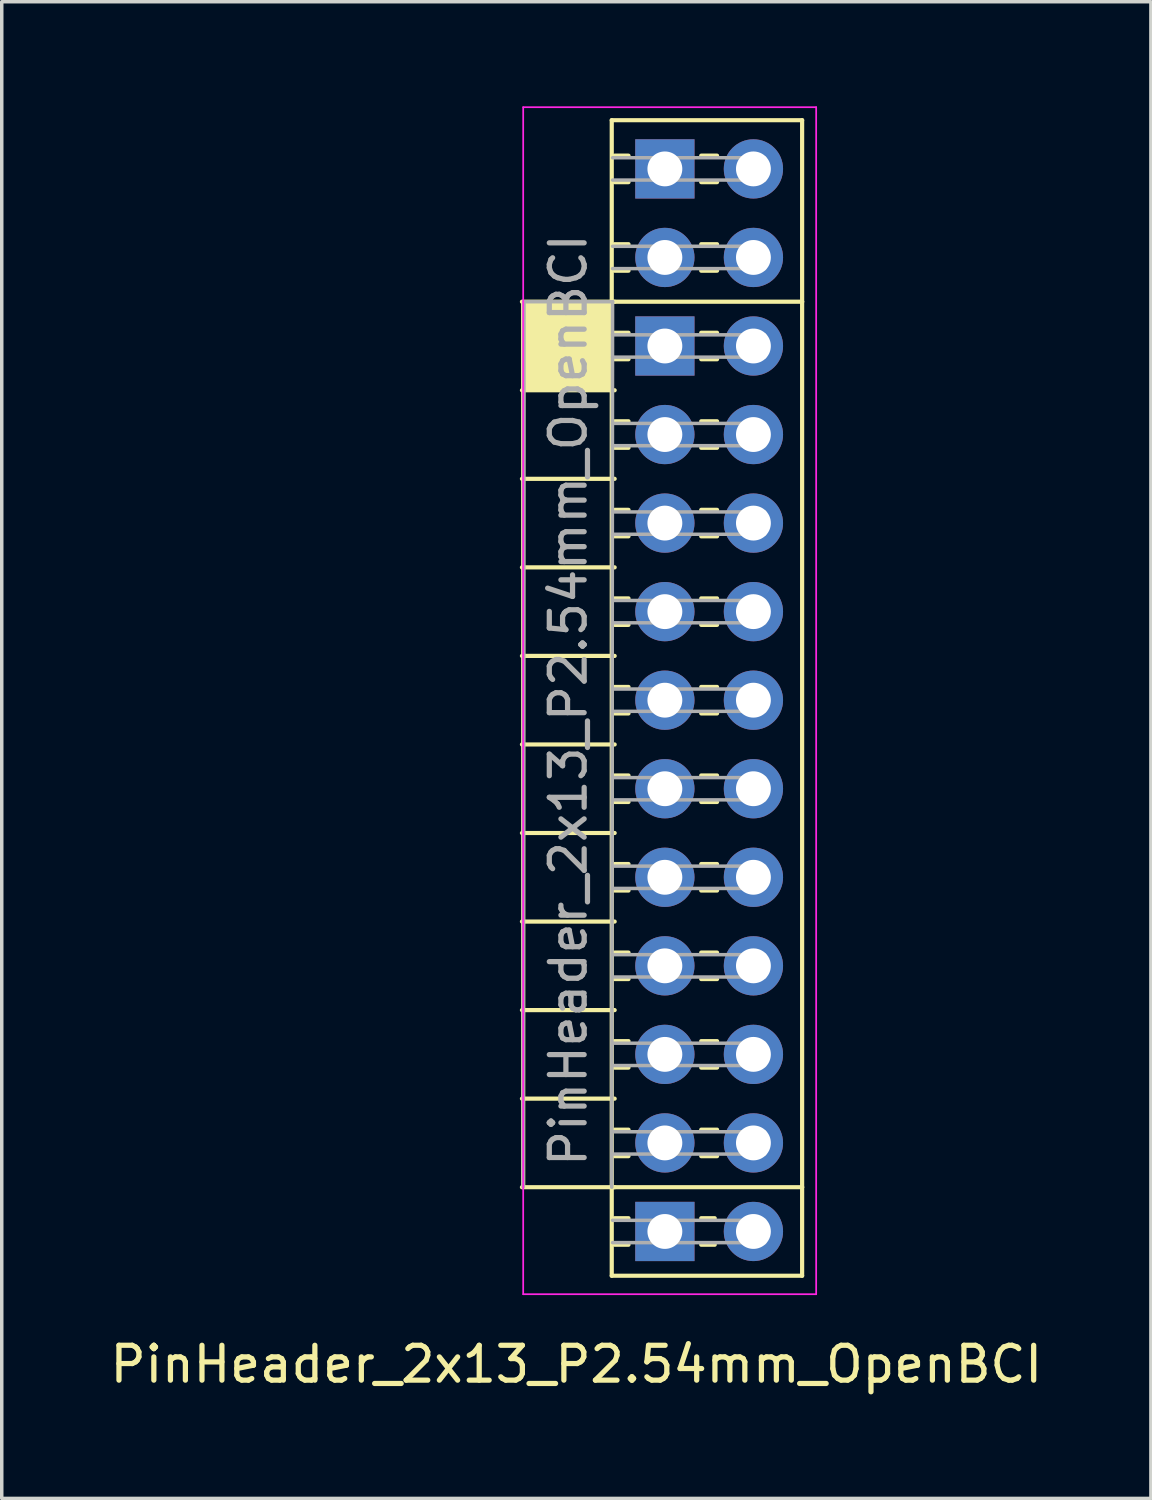
<source format=kicad_pcb>
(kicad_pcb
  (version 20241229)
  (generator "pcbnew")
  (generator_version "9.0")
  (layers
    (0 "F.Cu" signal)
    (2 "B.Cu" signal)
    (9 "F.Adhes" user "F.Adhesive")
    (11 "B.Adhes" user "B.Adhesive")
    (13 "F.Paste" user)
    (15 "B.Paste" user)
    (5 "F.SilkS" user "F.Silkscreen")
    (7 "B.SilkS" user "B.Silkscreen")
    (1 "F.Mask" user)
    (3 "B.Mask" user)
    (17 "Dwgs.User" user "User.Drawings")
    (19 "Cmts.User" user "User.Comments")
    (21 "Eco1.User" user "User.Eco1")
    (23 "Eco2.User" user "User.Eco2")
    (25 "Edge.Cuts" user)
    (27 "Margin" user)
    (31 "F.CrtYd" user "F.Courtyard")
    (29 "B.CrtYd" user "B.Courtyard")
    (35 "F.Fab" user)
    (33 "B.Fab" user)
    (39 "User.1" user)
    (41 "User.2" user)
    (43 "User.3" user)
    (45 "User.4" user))
  (footprint "PinHeader_2x13_P2.54mm_OpenBCI"
    (layer "F.Cu")
    (at 14.752 20.845)
    (property "Reference" "PinHeader_2x13_P2.54mm_OpenBCI" (at -1.27 15.24 0) (layer "F.SilkS") (effects (font (size 1 1) (thickness 0.15))))
    (attr through_hole)
    (fp_line (start -2.794 -15.24) (end -2.794 10.16) (stroke (width 0.12) (type solid)) (layer "F.SilkS"))
    (fp_line (start -0.254 -20.447) (end 5.207 -20.447) (stroke (width 0.12) (type solid)) (layer "F.SilkS"))
    (fp_line (start -0.254 -15.24) (end -0.254 -20.447) (stroke (width 0.12) (type solid)) (layer "F.SilkS"))
    (fp_line (start -0.254 10.16) (end -0.254 -15.24) (stroke (width 0.12) (type solid)) (layer "F.SilkS"))
    (fp_line (start -0.254 10.16) (end -0.254 12.7) (stroke (width 0.12) (type solid)) (layer "F.SilkS"))
    (fp_line (start -0.17 -15.24) (end -2.83 -15.24) (stroke (width 0.12) (type solid)) (layer "F.SilkS"))
    (fp_line (start -0.17 -12.7) (end -2.83 -12.7) (stroke (width 0.12) (type solid)) (layer "F.SilkS"))
    (fp_line (start -0.17 -10.16) (end -2.83 -10.16) (stroke (width 0.12) (type solid)) (layer "F.SilkS"))
    (fp_line (start -0.17 -7.62) (end -2.83 -7.62) (stroke (width 0.12) (type solid)) (layer "F.SilkS"))
    (fp_line (start -0.17 -5.08) (end -2.83 -5.08) (stroke (width 0.12) (type solid)) (layer "F.SilkS"))
    (fp_line (start -0.17 -2.54) (end -2.83 -2.54) (stroke (width 0.12) (type solid)) (layer "F.SilkS"))
    (fp_line (start -0.17 0) (end -2.83 0) (stroke (width 0.12) (type solid)) (layer "F.SilkS"))
    (fp_line (start -0.17 2.54) (end -2.83 2.54) (stroke (width 0.12) (type solid)) (layer "F.SilkS"))
    (fp_line (start -0.17 5.08) (end -2.83 5.08) (stroke (width 0.12) (type solid)) (layer "F.SilkS"))
    (fp_line (start -0.17 7.62) (end -2.83 7.62) (stroke (width 0.12) (type solid)) (layer "F.SilkS"))
    (fp_line (start -0.17 10.16) (end -2.83 10.16) (stroke (width 0.12) (type solid)) (layer "F.SilkS"))
    (fp_line (start 0.227 -19.43) (end -0.17 -19.43) (stroke (width 0.12) (type solid)) (layer "F.SilkS"))
    (fp_line (start 0.227 -18.67) (end -0.17 -18.67) (stroke (width 0.12) (type solid)) (layer "F.SilkS"))
    (fp_line (start 0.227 -16.89) (end -0.17 -16.89) (stroke (width 0.12) (type solid)) (layer "F.SilkS"))
    (fp_line (start 0.227 -16.13) (end -0.17 -16.13) (stroke (width 0.12) (type solid)) (layer "F.SilkS"))
    (fp_line (start 0.227 -14.35) (end -0.17 -14.35) (stroke (width 0.12) (type solid)) (layer "F.SilkS"))
    (fp_line (start 0.227 -13.59) (end -0.17 -13.59) (stroke (width 0.12) (type solid)) (layer "F.SilkS"))
    (fp_line (start 0.227 -11.81) (end -0.17 -11.81) (stroke (width 0.12) (type solid)) (layer "F.SilkS"))
    (fp_line (start 0.227 -11.05) (end -0.17 -11.05) (stroke (width 0.12) (type solid)) (layer "F.SilkS"))
    (fp_line (start 0.227 -9.27) (end -0.17 -9.27) (stroke (width 0.12) (type solid)) (layer "F.SilkS"))
    (fp_line (start 0.227 -8.51) (end -0.17 -8.51) (stroke (width 0.12) (type solid)) (layer "F.SilkS"))
    (fp_line (start 0.227 -6.73) (end -0.17 -6.73) (stroke (width 0.12) (type solid)) (layer "F.SilkS"))
    (fp_line (start 0.227 -5.97) (end -0.17 -5.97) (stroke (width 0.12) (type solid)) (layer "F.SilkS"))
    (fp_line (start 0.227 -4.19) (end -0.17 -4.19) (stroke (width 0.12) (type solid)) (layer "F.SilkS"))
    (fp_line (start 0.227 -3.43) (end -0.17 -3.43) (stroke (width 0.12) (type solid)) (layer "F.SilkS"))
    (fp_line (start 0.227 -1.65) (end -0.17 -1.65) (stroke (width 0.12) (type solid)) (layer "F.SilkS"))
    (fp_line (start 0.227 -0.89) (end -0.17 -0.89) (stroke (width 0.12) (type solid)) (layer "F.SilkS"))
    (fp_line (start 0.227 0.89) (end -0.17 0.89) (stroke (width 0.12) (type solid)) (layer "F.SilkS"))
    (fp_line (start 0.227 1.65) (end -0.17 1.65) (stroke (width 0.12) (type solid)) (layer "F.SilkS"))
    (fp_line (start 0.227 3.43) (end -0.17 3.43) (stroke (width 0.12) (type solid)) (layer "F.SilkS"))
    (fp_line (start 0.227 4.19) (end -0.17 4.19) (stroke (width 0.12) (type solid)) (layer "F.SilkS"))
    (fp_line (start 0.227 5.97) (end -0.17 5.97) (stroke (width 0.12) (type solid)) (layer "F.SilkS"))
    (fp_line (start 0.227 6.73) (end -0.17 6.73) (stroke (width 0.12) (type solid)) (layer "F.SilkS"))
    (fp_line (start 0.227 8.51) (end -0.17 8.51) (stroke (width 0.12) (type solid)) (layer "F.SilkS"))
    (fp_line (start 0.227 9.27) (end -0.17 9.27) (stroke (width 0.12) (type solid)) (layer "F.SilkS"))
    (fp_line (start 0.227 11.05) (end -0.17 11.05) (stroke (width 0.12) (type solid)) (layer "F.SilkS"))
    (fp_line (start 0.227 11.81) (end -0.17 11.81) (stroke (width 0.12) (type solid)) (layer "F.SilkS"))
    (fp_line (start 2.7 11.05) (end 2.313 11.05) (stroke (width 0.12) (type solid)) (layer "F.SilkS"))
    (fp_line (start 2.7 11.81) (end 2.313 11.81) (stroke (width 0.12) (type solid)) (layer "F.SilkS"))
    (fp_line (start 2.767 -19.43) (end 2.313 -19.43) (stroke (width 0.12) (type solid)) (layer "F.SilkS"))
    (fp_line (start 2.767 -18.67) (end 2.313 -18.67) (stroke (width 0.12) (type solid)) (layer "F.SilkS"))
    (fp_line (start 2.767 -16.89) (end 2.313 -16.89) (stroke (width 0.12) (type solid)) (layer "F.SilkS"))
    (fp_line (start 2.767 -16.13) (end 2.313 -16.13) (stroke (width 0.12) (type solid)) (layer "F.SilkS"))
    (fp_line (start 2.767 -14.35) (end 2.313 -14.35) (stroke (width 0.12) (type solid)) (layer "F.SilkS"))
    (fp_line (start 2.767 -13.59) (end 2.313 -13.59) (stroke (width 0.12) (type solid)) (layer "F.SilkS"))
    (fp_line (start 2.767 -11.81) (end 2.313 -11.81) (stroke (width 0.12) (type solid)) (layer "F.SilkS"))
    (fp_line (start 2.767 -11.05) (end 2.313 -11.05) (stroke (width 0.12) (type solid)) (layer "F.SilkS"))
    (fp_line (start 2.767 -9.27) (end 2.313 -9.27) (stroke (width 0.12) (type solid)) (layer "F.SilkS"))
    (fp_line (start 2.767 -8.51) (end 2.313 -8.51) (stroke (width 0.12) (type solid)) (layer "F.SilkS"))
    (fp_line (start 2.767 -6.73) (end 2.313 -6.73) (stroke (width 0.12) (type solid)) (layer "F.SilkS"))
    (fp_line (start 2.767 -5.97) (end 2.313 -5.97) (stroke (width 0.12) (type solid)) (layer "F.SilkS"))
    (fp_line (start 2.767 -4.19) (end 2.313 -4.19) (stroke (width 0.12) (type solid)) (layer "F.SilkS"))
    (fp_line (start 2.767 -3.43) (end 2.313 -3.43) (stroke (width 0.12) (type solid)) (layer "F.SilkS"))
    (fp_line (start 2.767 -1.65) (end 2.313 -1.65) (stroke (width 0.12) (type solid)) (layer "F.SilkS"))
    (fp_line (start 2.767 -0.89) (end 2.313 -0.89) (stroke (width 0.12) (type solid)) (layer "F.SilkS"))
    (fp_line (start 2.767 0.89) (end 2.313 0.89) (stroke (width 0.12) (type solid)) (layer "F.SilkS"))
    (fp_line (start 2.767 1.65) (end 2.313 1.65) (stroke (width 0.12) (type solid)) (layer "F.SilkS"))
    (fp_line (start 2.767 3.43) (end 2.313 3.43) (stroke (width 0.12) (type solid)) (layer "F.SilkS"))
    (fp_line (start 2.767 4.19) (end 2.313 4.19) (stroke (width 0.12) (type solid)) (layer "F.SilkS"))
    (fp_line (start 2.767 5.97) (end 2.313 5.97) (stroke (width 0.12) (type solid)) (layer "F.SilkS"))
    (fp_line (start 2.767 6.73) (end 2.313 6.73) (stroke (width 0.12) (type solid)) (layer "F.SilkS"))
    (fp_line (start 2.767 8.51) (end 2.313 8.51) (stroke (width 0.12) (type solid)) (layer "F.SilkS"))
    (fp_line (start 2.767 9.27) (end 2.313 9.27) (stroke (width 0.12) (type solid)) (layer "F.SilkS"))
    (fp_line (start 5.207 -20.447) (end 5.207 -15.24) (stroke (width 0.12) (type solid)) (layer "F.SilkS"))
    (fp_line (start 5.207 -15.24) (end -0.17 -15.24) (stroke (width 0.12) (type solid)) (layer "F.SilkS"))
    (fp_line (start 5.207 -15.24) (end 5.207 10.16) (stroke (width 0.12) (type solid)) (layer "F.SilkS"))
    (fp_line (start 5.207 10.16) (end -0.254 10.16) (stroke (width 0.12) (type solid)) (layer "F.SilkS"))
    (fp_line (start 5.207 10.16) (end 5.207 12.7) (stroke (width 0.12) (type solid)) (layer "F.SilkS"))
    (fp_line (start 5.207 12.7) (end -0.254 12.7) (stroke (width 0.12) (type solid)) (layer "F.SilkS"))
    (fp_poly (pts (xy -0.254 -12.7) (xy -2.794 -12.7) (xy -2.794 -15.177) (xy -0.254 -15.177)) (stroke (width 0.1) (type solid)) (fill yes) (layer "F.SilkS"))
    (fp_line (start -2.794 -20.82) (end -2.794 13.23) (stroke (width 0.05) (type solid)) (layer "F.CrtYd"))
    (fp_line (start -2.794 13.23) (end 5.61 13.23) (stroke (width 0.05) (type solid)) (layer "F.CrtYd"))
    (fp_line (start 5.61 -20.82) (end -2.794 -20.82) (stroke (width 0.05) (type solid)) (layer "F.CrtYd"))
    (fp_line (start 5.61 13.23) (end 5.61 -20.82) (stroke (width 0.05) (type solid)) (layer "F.CrtYd"))
    (fp_line (start -2.794 10.16) (end -2.77 -15.24) (stroke (width 0.1) (type solid)) (layer "F.Fab"))
    (fp_line (start -2.77 -15.24) (end -0.23 -15.24) (stroke (width 0.1) (type solid)) (layer "F.Fab"))
    (fp_line (start -0.23 -15.24) (end -0.254 10.16) (stroke (width 0.1) (type solid)) (layer "F.Fab"))
    (fp_line (start 4.13 -19.37) (end -0.23 -19.37) (stroke (width 0.1) (type solid)) (layer "F.Fab"))
    (fp_line (start 4.13 -18.73) (end -0.23 -18.73) (stroke (width 0.1) (type solid)) (layer "F.Fab"))
    (fp_line (start 4.13 -18.73) (end 4.13 -19.37) (stroke (width 0.1) (type solid)) (layer "F.Fab"))
    (fp_line (start 4.13 -16.83) (end -0.23 -16.83) (stroke (width 0.1) (type solid)) (layer "F.Fab"))
    (fp_line (start 4.13 -16.19) (end -0.23 -16.19) (stroke (width 0.1) (type solid)) (layer "F.Fab"))
    (fp_line (start 4.13 -16.19) (end 4.13 -16.83) (stroke (width 0.1) (type solid)) (layer "F.Fab"))
    (fp_line (start 4.13 -14.29) (end -0.23 -14.29) (stroke (width 0.1) (type solid)) (layer "F.Fab"))
    (fp_line (start 4.13 -13.65) (end -0.23 -13.65) (stroke (width 0.1) (type solid)) (layer "F.Fab"))
    (fp_line (start 4.13 -13.65) (end 4.13 -14.29) (stroke (width 0.1) (type solid)) (layer "F.Fab"))
    (fp_line (start 4.13 -11.75) (end -0.23 -11.75) (stroke (width 0.1) (type solid)) (layer "F.Fab"))
    (fp_line (start 4.13 -11.11) (end -0.23 -11.11) (stroke (width 0.1) (type solid)) (layer "F.Fab"))
    (fp_line (start 4.13 -11.11) (end 4.13 -11.75) (stroke (width 0.1) (type solid)) (layer "F.Fab"))
    (fp_line (start 4.13 -9.21) (end -0.23 -9.21) (stroke (width 0.1) (type solid)) (layer "F.Fab"))
    (fp_line (start 4.13 -8.57) (end -0.23 -8.57) (stroke (width 0.1) (type solid)) (layer "F.Fab"))
    (fp_line (start 4.13 -8.57) (end 4.13 -9.21) (stroke (width 0.1) (type solid)) (layer "F.Fab"))
    (fp_line (start 4.13 -6.67) (end -0.23 -6.67) (stroke (width 0.1) (type solid)) (layer "F.Fab"))
    (fp_line (start 4.13 -6.03) (end -0.23 -6.03) (stroke (width 0.1) (type solid)) (layer "F.Fab"))
    (fp_line (start 4.13 -6.03) (end 4.13 -6.67) (stroke (width 0.1) (type solid)) (layer "F.Fab"))
    (fp_line (start 4.13 -4.13) (end -0.23 -4.13) (stroke (width 0.1) (type solid)) (layer "F.Fab"))
    (fp_line (start 4.13 -3.49) (end -0.23 -3.49) (stroke (width 0.1) (type solid)) (layer "F.Fab"))
    (fp_line (start 4.13 -3.49) (end 4.13 -4.13) (stroke (width 0.1) (type solid)) (layer "F.Fab"))
    (fp_line (start 4.13 -1.59) (end -0.23 -1.59) (stroke (width 0.1) (type solid)) (layer "F.Fab"))
    (fp_line (start 4.13 -0.95) (end -0.23 -0.95) (stroke (width 0.1) (type solid)) (layer "F.Fab"))
    (fp_line (start 4.13 -0.95) (end 4.13 -1.59) (stroke (width 0.1) (type solid)) (layer "F.Fab"))
    (fp_line (start 4.13 0.95) (end -0.23 0.95) (stroke (width 0.1) (type solid)) (layer "F.Fab"))
    (fp_line (start 4.13 1.59) (end -0.23 1.59) (stroke (width 0.1) (type solid)) (layer "F.Fab"))
    (fp_line (start 4.13 1.59) (end 4.13 0.95) (stroke (width 0.1) (type solid)) (layer "F.Fab"))
    (fp_line (start 4.13 3.49) (end -0.23 3.49) (stroke (width 0.1) (type solid)) (layer "F.Fab"))
    (fp_line (start 4.13 4.13) (end -0.23 4.13) (stroke (width 0.1) (type solid)) (layer "F.Fab"))
    (fp_line (start 4.13 4.13) (end 4.13 3.49) (stroke (width 0.1) (type solid)) (layer "F.Fab"))
    (fp_line (start 4.13 6.03) (end -0.23 6.03) (stroke (width 0.1) (type solid)) (layer "F.Fab"))
    (fp_line (start 4.13 6.67) (end -0.23 6.67) (stroke (width 0.1) (type solid)) (layer "F.Fab"))
    (fp_line (start 4.13 6.67) (end 4.13 6.03) (stroke (width 0.1) (type solid)) (layer "F.Fab"))
    (fp_line (start 4.13 8.57) (end -0.23 8.57) (stroke (width 0.1) (type solid)) (layer "F.Fab"))
    (fp_line (start 4.13 9.21) (end -0.23 9.21) (stroke (width 0.1) (type solid)) (layer "F.Fab"))
    (fp_line (start 4.13 9.21) (end 4.13 8.57) (stroke (width 0.1) (type solid)) (layer "F.Fab"))
    (fp_line (start 4.13 11.11) (end -0.23 11.11) (stroke (width 0.1) (type solid)) (layer "F.Fab"))
    (fp_line (start 4.13 11.75) (end -0.23 11.75) (stroke (width 0.1) (type solid)) (layer "F.Fab"))
    (fp_line (start 4.13 11.75) (end 4.13 11.11) (stroke (width 0.1) (type solid)) (layer "F.Fab"))
    (fp_text user "${REFERENCE}" (at -1.5 -3.81 270) (layer "F.Fab") (effects (font (size 1 1) (thickness 0.15))))
    (pad "1" thru_hole rect (at 1.27 -19.05 180) (size 1.7 1.7) (drill 1) (layers "*.Cu" "*.Mask"))
    (pad "2" thru_hole oval (at 3.81 -19.05 180) (size 1.7 1.7) (drill 1) (layers "*.Cu" "*.Mask"))
    (pad "3" thru_hole oval (at 1.27 -16.51 180) (size 1.7 1.7) (drill 1) (layers "*.Cu" "*.Mask"))
    (pad "4" thru_hole oval (at 3.81 -16.51 180) (size 1.7 1.7) (drill 1) (layers "*.Cu" "*.Mask"))
    (pad "5" thru_hole rect (at 1.27 -13.97 180) (size 1.7 1.7) (drill 1) (layers "*.Cu" "*.Mask"))
    (pad "6" thru_hole oval (at 3.81 -13.97 180) (size 1.7 1.7) (drill 1) (layers "*.Cu" "*.Mask"))
    (pad "7" thru_hole oval (at 1.27 -11.43 180) (size 1.7 1.7) (drill 1) (layers "*.Cu" "*.Mask"))
    (pad "8" thru_hole oval (at 3.81 -11.43 180) (size 1.7 1.7) (drill 1) (layers "*.Cu" "*.Mask"))
    (pad "9" thru_hole oval (at 1.27 -8.89 180) (size 1.7 1.7) (drill 1) (layers "*.Cu" "*.Mask"))
    (pad "10" thru_hole oval (at 3.81 -8.89 180) (size 1.7 1.7) (drill 1) (layers "*.Cu" "*.Mask"))
    (pad "11" thru_hole oval (at 1.27 -6.35 180) (size 1.7 1.7) (drill 1) (layers "*.Cu" "*.Mask"))
    (pad "12" thru_hole oval (at 3.81 -6.35 180) (size 1.7 1.7) (drill 1) (layers "*.Cu" "*.Mask"))
    (pad "13" thru_hole oval (at 1.27 -3.81 180) (size 1.7 1.7) (drill 1) (layers "*.Cu" "*.Mask"))
    (pad "14" thru_hole oval (at 3.81 -3.81 180) (size 1.7 1.7) (drill 1) (layers "*.Cu" "*.Mask"))
    (pad "15" thru_hole oval (at 1.27 -1.27 180) (size 1.7 1.7) (drill 1) (layers "*.Cu" "*.Mask"))
    (pad "16" thru_hole oval (at 3.81 -1.27 180) (size 1.7 1.7) (drill 1) (layers "*.Cu" "*.Mask"))
    (pad "17" thru_hole oval (at 1.27 1.27 180) (size 1.7 1.7) (drill 1) (layers "*.Cu" "*.Mask"))
    (pad "18" thru_hole oval (at 3.81 1.27 180) (size 1.7 1.7) (drill 1) (layers "*.Cu" "*.Mask"))
    (pad "19" thru_hole oval (at 1.27 3.81 180) (size 1.7 1.7) (drill 1) (layers "*.Cu" "*.Mask"))
    (pad "20" thru_hole oval (at 3.81 3.81 180) (size 1.7 1.7) (drill 1) (layers "*.Cu" "*.Mask"))
    (pad "21" thru_hole oval (at 1.27 6.35 180) (size 1.7 1.7) (drill 1) (layers "*.Cu" "*.Mask"))
    (pad "22" thru_hole oval (at 3.81 6.35 180) (size 1.7 1.7) (drill 1) (layers "*.Cu" "*.Mask"))
    (pad "23" thru_hole oval (at 1.27 8.89 180) (size 1.7 1.7) (drill 1) (layers "*.Cu" "*.Mask"))
    (pad "24" thru_hole oval (at 3.81 8.89 180) (size 1.7 1.7) (drill 1) (layers "*.Cu" "*.Mask"))
    (pad "25" thru_hole rect (at 1.27 11.43 180) (size 1.7 1.7) (drill 1) (layers "*.Cu" "*.Mask"))
    (pad "26" thru_hole oval (at 3.81 11.43 180) (size 1.7 1.7) (drill 1) (layers "*.Cu" "*.Mask")))
  (gr_rect
    (start -3 -3)
    (end 29.964 39.933)
    (stroke (width 0.1) (type default))
    (fill no)
    (layer "Edge.Cuts")))
</source>
